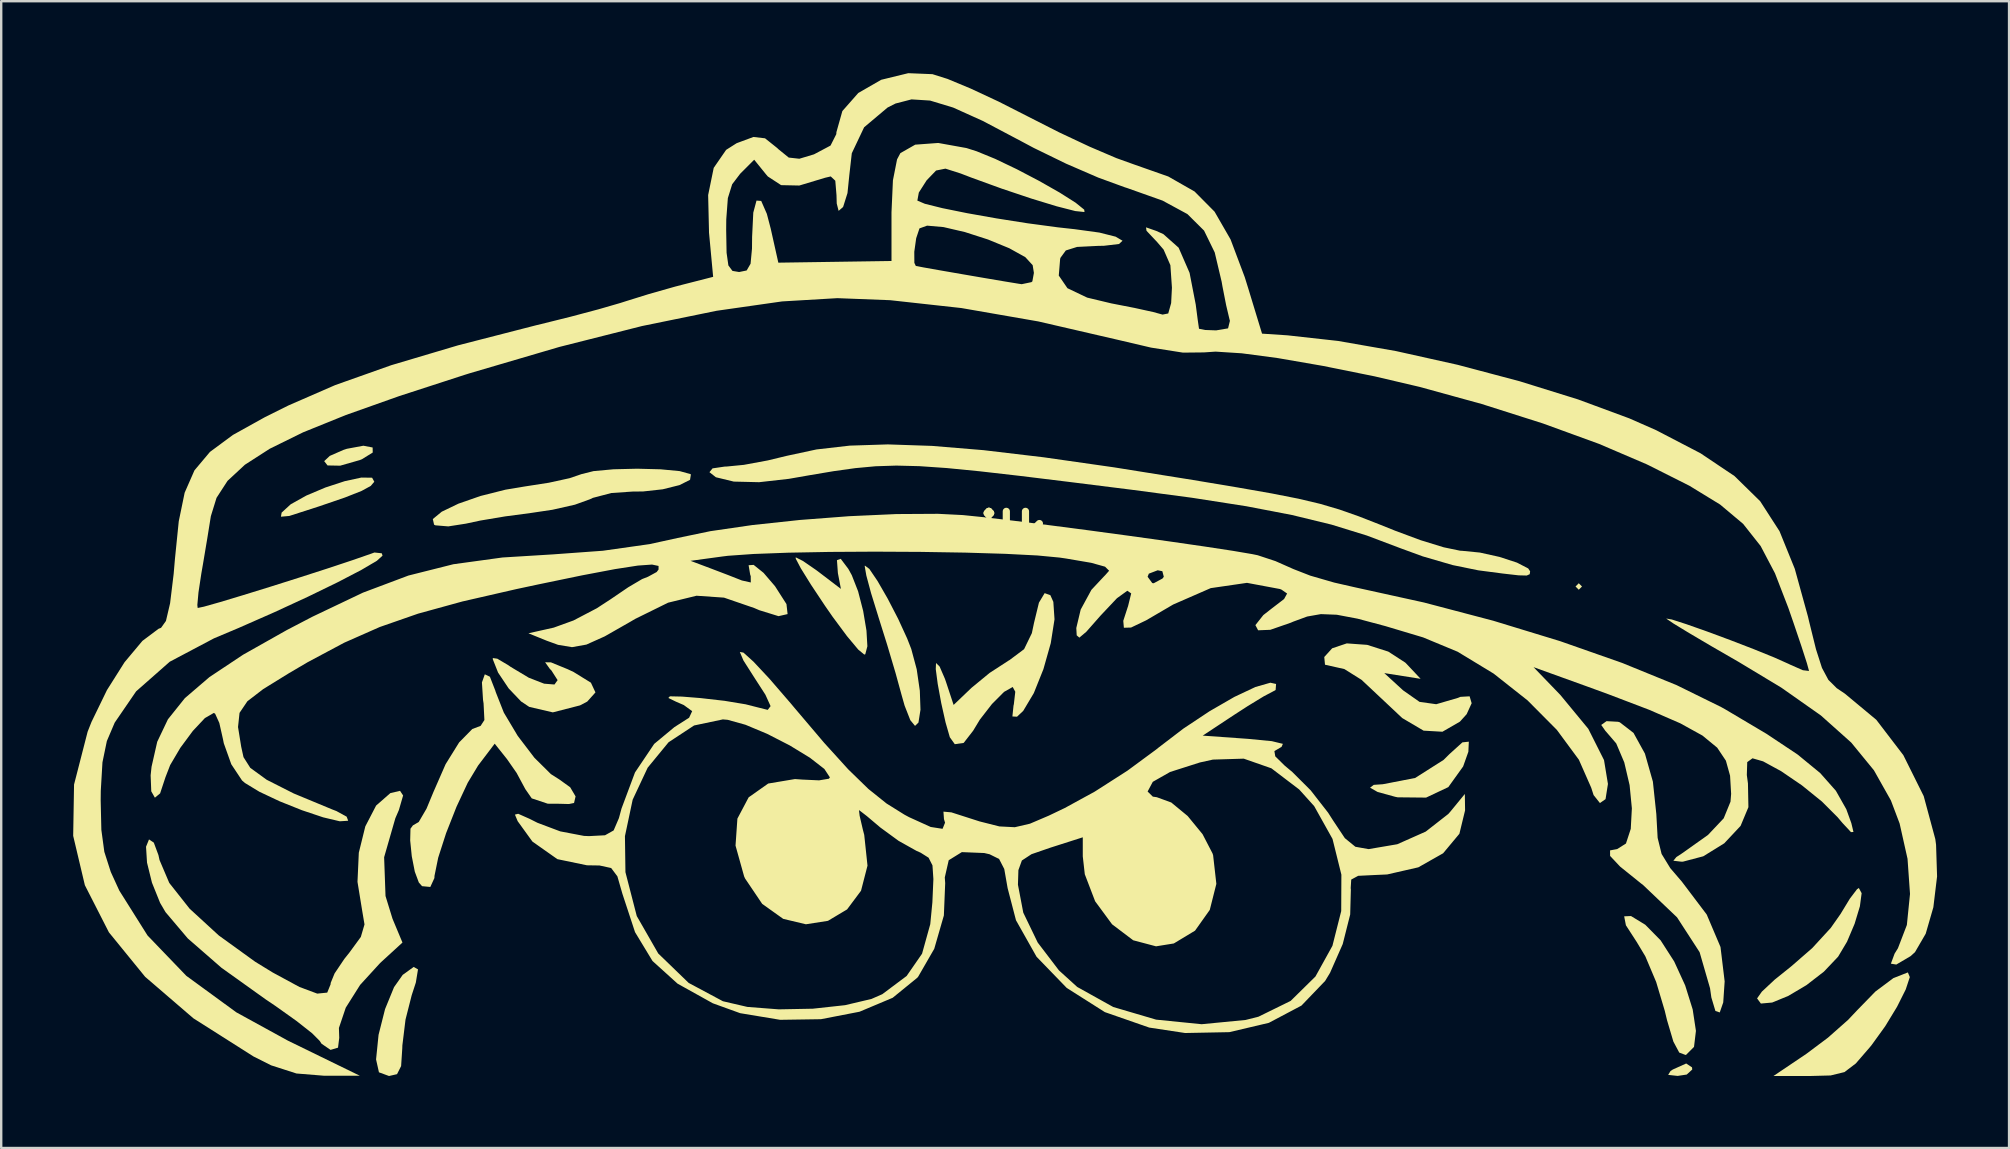
<source format=kicad_pcb>
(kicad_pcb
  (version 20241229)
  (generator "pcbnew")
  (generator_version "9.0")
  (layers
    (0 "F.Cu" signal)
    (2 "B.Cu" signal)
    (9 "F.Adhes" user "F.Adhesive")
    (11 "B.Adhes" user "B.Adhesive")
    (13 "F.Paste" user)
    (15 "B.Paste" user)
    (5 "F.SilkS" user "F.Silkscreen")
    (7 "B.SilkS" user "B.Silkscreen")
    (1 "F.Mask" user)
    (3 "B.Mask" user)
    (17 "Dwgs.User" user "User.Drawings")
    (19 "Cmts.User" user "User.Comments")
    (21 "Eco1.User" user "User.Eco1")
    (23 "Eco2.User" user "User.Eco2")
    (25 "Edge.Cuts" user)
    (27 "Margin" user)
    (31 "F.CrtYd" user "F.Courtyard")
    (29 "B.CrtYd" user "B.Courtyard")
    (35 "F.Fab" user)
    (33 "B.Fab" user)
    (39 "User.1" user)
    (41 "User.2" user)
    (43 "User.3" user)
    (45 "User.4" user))
  (footprint "silk"
    (layer "F.Cu")
    (at 38.563 19.096)
    (property "Reference" "silk" (at 0 0 0) (layer "F.SilkS") (effects (font (size 1.524 1.524) (thickness 0.3))))
    (attr board_only exclude_from_pos_files exclude_from_bom)
    (fp_poly (pts (xy 24.319 2.297) (xy 24.184 2.432) (xy 24.049 2.297) (xy 24.184 2.162)) (stroke (width 0) (type solid)) (fill yes) (layer "F.SilkS"))
    (fp_poly (pts (xy 28.904 22.337) (xy 28.913 22.428) (xy 28.684 22.637) (xy 28.305 22.694) (xy 27.91 22.651) (xy 28.007 22.492) (xy 28.102 22.428) (xy 28.661 22.176)) (stroke (width 0) (type solid)) (fill yes) (layer "F.SilkS"))
    (fp_poly (pts (xy -26.083 -3.496) (xy -26.079 -3.286) (xy -26.53 -3.007) (xy -26.617 -2.972) (xy -27.436 -2.738) (xy -27.962 -2.748) (xy -28.102 -2.927) (xy -27.871 -3.145) (xy -27.301 -3.395) (xy -27.157 -3.442) (xy -26.468 -3.57)) (stroke (width 0) (type solid)) (fill yes) (layer "F.SilkS"))
    (fp_poly (pts (xy -26.105 -2.237) (xy -26.014 -2.069) (xy -26.161 -1.895) (xy -26.543 -1.686) (xy -27.234 -1.413) (xy -28.308 -1.045) (xy -29.555 -0.643) (xy -29.905 -0.612) (xy -29.875 -0.784) (xy -29.495 -1.131) (xy -28.844 -1.494) (xy -28.051 -1.829) (xy -27.245 -2.093) (xy -26.553 -2.243)) (stroke (width 0) (type solid)) (fill yes) (layer "F.SilkS"))
    (fp_poly (pts (xy 19.583 9.184) (xy 19.365 9.797) (xy 18.747 10.658) (xy 17.821 11.095) (xy 16.638 11.083) (xy 16.537 11.063) (xy 15.799 10.86) (xy 15.486 10.682) (xy 15.638 10.564) (xy 16.015 10.538) (xy 17.365 10.277) (xy 18.551 9.523) (xy 18.793 9.283) (xy 19.334 8.793) (xy 19.602 8.764)) (stroke (width 0) (type solid)) (fill yes) (layer "F.SilkS"))
    (fp_poly (pts (xy -24.192 18.254) (xy -24.283 18.805) (xy -24.455 19.331) (xy -24.713 20.347) (xy -24.844 21.424) (xy -24.848 21.549) (xy -24.896 22.284) (xy -25.066 22.621) (xy -25.4 22.698) (xy -25.82 22.544) (xy -25.94 22.007) (xy -25.836 20.981) (xy -25.565 19.909) (xy -25.191 18.995) (xy -24.83 18.483) (xy -24.372 18.152)) (stroke (width 0) (type solid)) (fill yes) (layer "F.SilkS"))
    (fp_poly (pts (xy 26.956 16.394) (xy 27.595 17.043) (xy 28.161 17.924) (xy 28.619 18.923) (xy 28.932 19.925) (xy 29.067 20.817) (xy 28.987 21.485) (xy 28.659 21.814) (xy 28.633 21.82) (xy 28.372 21.722) (xy 28.127 21.264) (xy 27.862 20.369) (xy 27.767 19.977) (xy 27.41 18.78) (xy 26.959 17.712) (xy 26.6 17.114) (xy 26.149 16.417) (xy 26.076 16.043) (xy 26.361 16.031)) (stroke (width 0) (type solid)) (fill yes) (layer "F.SilkS"))
    (fp_poly (pts (xy 37.981 18.575) (xy 37.811 19.09) (xy 37.449 19.812) (xy 36.956 20.623) (xy 36.392 21.404) (xy 36.32 21.493) (xy 35.73 22.175) (xy 35.256 22.535) (xy 34.682 22.675) (xy 33.815 22.698) (xy 32.298 22.698) (xy 33.671 21.773) (xy 34.571 21.099) (xy 35.403 20.363) (xy 35.795 19.949) (xy 36.546 19.178) (xy 37.294 18.619) (xy 37.888 18.385) (xy 37.901 18.384)) (stroke (width 0) (type solid)) (fill yes) (layer "F.SilkS"))
    (fp_poly (pts (xy 35.973 15.079) (xy 35.9 15.627) (xy 35.681 16.352) (xy 35.364 17.101) (xy 34.996 17.719) (xy 34.99 17.727) (xy 34.401 18.348) (xy 33.671 18.912) (xy 32.914 19.361) (xy 32.244 19.636) (xy 31.774 19.678) (xy 31.615 19.464) (xy 31.816 19.18) (xy 32.341 18.689) (xy 33.046 18.122) (xy 33.915 17.366) (xy 34.686 16.526) (xy 35.09 15.951) (xy 35.483 15.305) (xy 35.779 14.915) (xy 35.856 14.862)) (stroke (width 0) (type solid)) (fill yes) (layer "F.SilkS"))
    (fp_poly (pts (xy -5.383 1.564) (xy -5.042 2.066) (xy -4.618 2.802) (xy -4.182 3.644) (xy -3.806 4.463) (xy -3.635 4.9) (xy -3.408 5.747) (xy -3.278 6.642) (xy -3.251 7.433) (xy -3.335 7.967) (xy -3.478 8.106) (xy -3.674 7.869) (xy -3.912 7.263) (xy -4.037 6.823) (xy -4.289 5.906) (xy -4.638 4.73) (xy -5.01 3.546) (xy -5.014 3.531) (xy -5.31 2.575) (xy -5.508 1.838) (xy -5.575 1.451) (xy -5.568 1.425)) (stroke (width 0) (type solid)) (fill yes) (layer "F.SilkS"))
    (fp_poly (pts (xy -8.155 1.23) (xy -7.613 1.602) (xy -7.43 1.739) (xy -6.567 2.397) (xy -6.693 1.739) (xy -6.732 1.2) (xy -6.575 1.143) (xy -6.258 1.563) (xy -6.113 1.827) (xy -5.851 2.496) (xy -5.639 3.318) (xy -5.502 4.134) (xy -5.464 4.788) (xy -5.551 5.12) (xy -5.593 5.134) (xy -5.846 4.925) (xy -6.314 4.365) (xy -6.915 3.555) (xy -7.226 3.107) (xy -7.814 2.222) (xy -8.242 1.532) (xy -8.449 1.137) (xy -8.451 1.081)) (stroke (width 0) (type solid)) (fill yes) (layer "F.SilkS"))
    (fp_poly (pts (xy -20.887 5.306) (xy -20.422 5.582) (xy -20.334 5.644) (xy -19.575 6.099) (xy -18.936 6.347) (xy -18.505 6.382) (xy -18.374 6.2) (xy -18.632 5.797) (xy -18.699 5.729) (xy -18.894 5.455) (xy -18.65 5.459) (xy -17.957 5.743) (xy -17.708 5.86) (xy -16.986 6.306) (xy -16.797 6.711) (xy -17.139 7.093) (xy -17.441 7.252) (xy -18.574 7.543) (xy -19.557 7.314) (xy -19.897 7.087) (xy -20.414 6.544) (xy -20.855 5.885) (xy -21.072 5.337) (xy -21.077 5.279)) (stroke (width 0) (type solid)) (fill yes) (layer "F.SilkS"))
    (fp_poly (pts (xy 15.364 4.729) (xy 16.245 5.01) (xy 16.953 5.468) (xy 17.008 5.523) (xy 17.593 6.145) (xy 16.078 5.906) (xy 16.863 6.625) (xy 17.547 7.105) (xy 18.243 7.203) (xy 19.148 6.939) (xy 19.253 6.896) (xy 19.635 6.874) (xy 19.72 7.162) (xy 19.511 7.619) (xy 19.231 7.929) (xy 18.502 8.35) (xy 17.717 8.305) (xy 16.827 7.78) (xy 16.025 7.026) (xy 15.131 6.187) (xy 14.415 5.738) (xy 14.13 5.674) (xy 13.608 5.557) (xy 13.577 5.236) (xy 13.907 4.872) (xy 14.516 4.668)) (stroke (width 0) (type solid)) (fill yes) (layer "F.SilkS"))
    (fp_poly (pts (xy -14.081 -2.587) (xy -13.286 -2.512) (xy -12.84 -2.388) (xy -12.819 -2.371) (xy -12.855 -2.149) (xy -13.293 -1.929) (xy -13.993 -1.754) (xy -14.819 -1.663) (xy -15.228 -1.661) (xy -16.125 -1.601) (xy -16.905 -1.397) (xy -17.031 -1.337) (xy -17.652 -1.113) (xy -18.589 -0.901) (xy -19.455 -0.772) (xy -20.558 -0.625) (xy -21.601 -0.45) (xy -22.198 -0.322) (xy -22.93 -0.208) (xy -23.465 -0.252) (xy -23.522 -0.279) (xy -23.575 -0.514) (xy -23.202 -0.821) (xy -22.505 -1.156) (xy -21.585 -1.476) (xy -20.546 -1.738) (xy -19.759 -1.869) (xy -18.738 -2.028) (xy -17.875 -2.217) (xy -17.38 -2.386) (xy -16.876 -2.512) (xy -16.045 -2.588) (xy -15.057 -2.612)) (stroke (width 0) (type solid)) (fill yes) (layer "F.SilkS"))
    (fp_poly (pts (xy 25.821 7.935) (xy 25.894 7.957) (xy 26.465 8.398) (xy 26.941 9.261) (xy 27.273 10.43) (xy 27.417 11.787) (xy 27.417 11.795) (xy 27.471 12.773) (xy 27.636 13.443) (xy 27.999 14.036) (xy 28.48 14.597) (xy 29.516 15.967) (xy 30.091 17.321) (xy 30.264 18.755) (xy 30.205 19.63) (xy 30.06 20.049) (xy 29.879 19.988) (xy 29.71 19.425) (xy 29.655 19.04) (xy 29.22 17.536) (xy 28.279 16.085) (xy 26.864 14.738) (xy 26.764 14.661) (xy 25.908 13.971) (xy 25.49 13.527) (xy 25.488 13.295) (xy 25.784 13.24) (xy 26.151 13.008) (xy 26.351 12.398) (xy 26.397 11.543) (xy 26.303 10.577) (xy 26.081 9.63) (xy 25.745 8.837) (xy 25.307 8.328) (xy 25.3 8.324) (xy 25.12 8.067) (xy 25.341 7.909)) (stroke (width 0) (type solid)) (fill yes) (layer "F.SilkS"))
    (fp_poly (pts (xy 2.162 2.659) (xy 2.286 2.937) (xy 2.335 3.665) (xy 2.179 4.658) (xy 1.873 5.741) (xy 1.473 6.739) (xy 1.032 7.479) (xy 0.773 7.724) (xy 0.58 7.713) (xy 0.627 7.258) (xy 0.641 7.201) (xy 0.7 6.683) (xy 0.593 6.485) (xy 0.232 6.689) (xy -0.271 7.194) (xy -0.776 7.845) (xy -1.057 8.309) (xy -1.451 8.816) (xy -1.821 8.869) (xy -2.028 8.579) (xy -2.206 7.96) (xy -2.385 7.16) (xy -2.532 6.36) (xy -2.614 5.741) (xy -2.603 5.485) (xy -2.454 5.632) (xy -2.232 6.144) (xy -2.178 6.301) (xy -1.87 7.233) (xy -1.126 6.521) (xy -0.37 5.899) (xy 0.432 5.378) (xy 0.456 5.366) (xy 1.067 4.909) (xy 1.391 4.241) (xy 1.481 3.813) (xy 1.686 2.97) (xy 1.924 2.574)) (stroke (width 0) (type solid)) (fill yes) (layer "F.SilkS"))
    (fp_poly (pts (xy -21.196 6.057) (xy -20.967 6.645) (xy -20.956 6.688) (xy -20.615 7.553) (xy -20.035 8.525) (xy -19.34 9.436) (xy -18.653 10.116) (xy -18.301 10.34) (xy -17.85 10.664) (xy -17.625 11.045) (xy -17.689 11.319) (xy -17.902 11.363) (xy -18.305 11.352) (xy -18.786 11.349) (xy -19.452 11.127) (xy -19.72 10.741) (xy -20.083 10.066) (xy -20.484 9.49) (xy -20.996 8.848) (xy -21.689 9.761) (xy -22.12 10.476) (xy -22.587 11.475) (xy -23.021 12.576) (xy -23.35 13.597) (xy -23.505 14.357) (xy -23.509 14.448) (xy -23.679 14.819) (xy -24.023 14.786) (xy -24.158 14.633) (xy -24.326 14.181) (xy -24.452 13.538) (xy -24.518 12.882) (xy -24.506 12.391) (xy -24.399 12.245) (xy -24.395 12.248) (xy -24.161 12.11) (xy -23.838 11.557) (xy -23.549 10.861) (xy -23.042 9.703) (xy -22.478 8.795) (xy -21.929 8.236) (xy -21.583 8.106) (xy -21.425 7.862) (xy -21.46 7.166) (xy -21.482 7.026) (xy -21.528 6.295) (xy -21.408 5.957)) (stroke (width 0) (type solid)) (fill yes) (layer "F.SilkS"))
    (fp_poly (pts (xy -24.813 11.007) (xy -24.989 11.614) (xy -25.137 11.957) (xy -25.604 13.58) (xy -25.546 15.197) (xy -25.255 16.143) (xy -24.84 17.136) (xy -25.769 17.987) (xy -26.605 18.902) (xy -27.203 19.85) (xy -27.488 20.695) (xy -27.475 21.108) (xy -27.526 21.517) (xy -27.837 21.609) (xy -28.211 21.354) (xy -28.291 21.233) (xy -28.604 20.918) (xy -29.256 20.404) (xy -30.129 19.782) (xy -30.534 19.509) (xy -32.382 18.188) (xy -33.786 16.965) (xy -34.715 15.868) (xy -34.94 15.484) (xy -35.28 14.64) (xy -35.486 13.804) (xy -35.527 13.143) (xy -35.403 12.838) (xy -35.203 12.971) (xy -35.01 13.491) (xy -34.965 13.696) (xy -34.558 14.652) (xy -33.712 15.723) (xy -32.495 16.84) (xy -30.978 17.936) (xy -30.246 18.385) (xy -29.132 18.988) (xy -28.391 19.264) (xy -27.975 19.222) (xy -27.833 18.87) (xy -27.832 18.821) (xy -27.67 18.425) (xy -27.263 17.819) (xy -27.057 17.561) (xy -26.575 16.902) (xy -26.422 16.381) (xy -26.517 15.817) (xy -26.714 14.606) (xy -26.659 13.392) (xy -26.388 12.294) (xy -25.938 11.427) (xy -25.345 10.908) (xy -24.94 10.813)) (stroke (width 0) (type solid)) (fill yes) (layer "F.SilkS"))
    (fp_poly (pts (xy -2.773 -3.563) (xy -0.624 -3.385) (xy 1.89 -3.087) (xy 4.821 -2.668) (xy 8.106 -2.142) (xy 9.96 -1.832) (xy 11.389 -1.581) (xy 12.501 -1.362) (xy 13.404 -1.148) (xy 14.206 -0.912) (xy 15.016 -0.627) (xy 15.942 -0.265) (xy 16.528 -0.029) (xy 17.593 0.367) (xy 18.554 0.663) (xy 19.236 0.805) (xy 19.334 0.811) (xy 20.065 0.883) (xy 20.881 1.064) (xy 21.609 1.302) (xy 22.076 1.544) (xy 22.157 1.664) (xy 22.14 1.784) (xy 22.016 1.84) (xy 21.676 1.832) (xy 21.011 1.756) (xy 19.996 1.623) (xy 18.93 1.405) (xy 17.683 1.042) (xy 16.753 0.702) (xy 15.352 0.173) (xy 13.878 -0.282) (xy 12.234 -0.682) (xy 10.329 -1.048) (xy 8.066 -1.401) (xy 5.535 -1.737) (xy 2.99 -2.056) (xy 0.908 -2.311) (xy -0.785 -2.505) (xy -2.161 -2.64) (xy -3.294 -2.718) (xy -4.257 -2.742) (xy -5.123 -2.714) (xy -5.966 -2.636) (xy -6.86 -2.511) (xy -7.877 -2.34) (xy -8.735 -2.19) (xy -9.975 -2.05) (xy -11.031 -2.075) (xy -11.777 -2.256) (xy -12.046 -2.467) (xy -11.917 -2.626) (xy -11.407 -2.701) (xy -11.336 -2.702) (xy -10.61 -2.773) (xy -9.615 -2.957) (xy -8.821 -3.149) (xy -7.583 -3.415) (xy -6.199 -3.574) (xy -4.613 -3.625)) (stroke (width 0) (type solid)) (fill yes) (layer "F.SilkS"))
    (fp_poly (pts (xy -1.486 -0.68) (xy -0.596 -0.589) (xy 0.653 -0.442) (xy 2.154 -0.253) (xy 3.802 -0.038) (xy 5.493 0.191) (xy 7.12 0.418) (xy 8.58 0.629) (xy 9.766 0.81) (xy 10.573 0.947) (xy 10.802 0.994) (xy 11.543 1.239) (xy 12.295 1.572) (xy 12.995 1.845) (xy 13.99 2.133) (xy 14.862 2.332) (xy 17.733 2.964) (xy 20.617 3.723) (xy 23.404 4.574) (xy 25.988 5.481) (xy 28.262 6.408) (xy 30.118 7.321) (xy 30.298 7.422) (xy 32.015 8.441) (xy 33.309 9.303) (xy 34.246 10.072) (xy 34.899 10.81) (xy 35.334 11.579) (xy 35.544 12.16) (xy 35.632 12.527) (xy 35.529 12.534) (xy 35.175 12.154) (xy 34.97 11.911) (xy 34.319 11.26) (xy 33.486 10.586) (xy 32.618 9.994) (xy 31.866 9.584) (xy 31.424 9.457) (xy 31.205 9.616) (xy 31.188 10.154) (xy 31.235 10.504) (xy 31.254 11.494) (xy 30.928 12.274) (xy 30.249 12.999) (xy 29.373 13.541) (xy 28.524 13.765) (xy 28.453 13.765) (xy 28.126 13.726) (xy 28.252 13.573) (xy 28.476 13.427) (xy 29.57 12.651) (xy 30.224 11.959) (xy 30.508 11.264) (xy 30.534 10.937) (xy 30.49 10.183) (xy 30.316 9.557) (xy 29.953 9.014) (xy 29.34 8.51) (xy 28.417 8) (xy 27.124 7.438) (xy 25.401 6.781) (xy 24.527 6.462) (xy 22.299 5.658) (xy 23.415 6.815) (xy 24.581 8.228) (xy 25.236 9.53) (xy 25.4 10.525) (xy 25.3 11.159) (xy 25.066 11.322) (xy 24.802 10.99) (xy 24.703 10.683) (xy 24.189 9.517) (xy 23.27 8.272) (xy 22.05 7.044) (xy 20.636 5.927) (xy 19.134 5.015) (xy 17.699 4.419) (xy 16.126 3.948) (xy 14.961 3.637) (xy 14.099 3.474) (xy 13.436 3.448) (xy 12.866 3.548) (xy 12.286 3.761) (xy 12.179 3.807) (xy 11.329 4.102) (xy 10.821 4.122) (xy 10.707 3.906) (xy 11.038 3.488) (xy 11.371 3.227) (xy 11.903 2.819) (xy 12.029 2.59) (xy 11.797 2.429) (xy 11.73 2.402) (xy 10.357 2.145) (xy 8.845 2.365) (xy 7.281 3.048) (xy 7.18 3.107) (xy 6.156 3.706) (xy 5.524 4.008) (xy 5.226 4.016) (xy 5.201 3.728) (xy 5.389 3.147) (xy 5.398 3.125) (xy 5.531 2.585) (xy 5.37 2.474) (xy 4.937 2.786) (xy 4.253 3.511) (xy 4.209 3.561) (xy 3.66 4.184) (xy 3.371 4.428) (xy 3.26 4.333) (xy 3.243 4.027) (xy 3.426 3.259) (xy 3.873 2.436) (xy 4.383 1.891) (xy 6.215 1.891) (xy 6.409 2.154) (xy 6.469 2.162) (xy 6.835 1.965) (xy 6.89 1.891) (xy 6.829 1.66) (xy 6.636 1.621) (xy 6.266 1.762) (xy 6.215 1.891) (xy 4.383 1.891) (xy 4.428 1.844) (xy 4.435 1.839) (xy 4.611 1.64) (xy 4.441 1.471) (xy 3.865 1.31) (xy 2.822 1.132) (xy 2.551 1.092) (xy 1.624 1.004) (xy 0.274 0.935) (xy -1.383 0.885) (xy -3.232 0.855) (xy -5.155 0.845) (xy -7.037 0.856) (xy -8.762 0.888) (xy -10.212 0.942) (xy -11.272 1.017) (xy -11.484 1.043) (xy -12.835 1.227) (xy -12.024 1.532) (xy -11.271 1.819) (xy -10.694 2.046) (xy -10.323 2.129) (xy -10.325 1.865) (xy -10.348 1.803) (xy -10.414 1.41) (xy -10.204 1.396) (xy -9.791 1.728) (xy -9.313 2.285) (xy -8.836 3.03) (xy -8.789 3.447) (xy -9.167 3.533) (xy -9.968 3.285) (xy -10.18 3.194) (xy -11.439 2.761) (xy -12.585 2.682) (xy -13.77 2.972) (xy -15.143 3.649) (xy -15.342 3.766) (xy -16.411 4.376) (xy -17.174 4.718) (xy -17.774 4.825) (xy -18.353 4.729) (xy -18.83 4.556) (xy -19.59 4.247) (xy -18.536 4.011) (xy -17.713 3.713) (xy -16.744 3.206) (xy -16.171 2.833) (xy -15.43 2.329) (xy -14.851 1.987) (xy -14.607 1.891) (xy -14.246 1.694) (xy -14.167 1.59) (xy -14.167 1.44) (xy -14.439 1.383) (xy -15.03 1.425) (xy -15.985 1.573) (xy -17.352 1.832) (xy -19.178 2.21) (xy -20.092 2.405) (xy -22.338 2.92) (xy -24.189 3.429) (xy -25.785 3.985) (xy -27.268 4.64) (xy -28.78 5.446) (xy -29.588 5.921) (xy -30.645 6.574) (xy -31.303 7.08) (xy -31.63 7.564) (xy -31.693 8.153) (xy -31.561 8.972) (xy -31.465 9.409) (xy -31.182 9.855) (xy -30.498 10.352) (xy -29.373 10.922) (xy -27.766 11.589) (xy -27.592 11.656) (xy -27.166 11.89) (xy -27.102 12.06) (xy -27.453 12.082) (xy -28.144 11.918) (xy -29.029 11.621) (xy -29.963 11.247) (xy -30.803 10.851) (xy -31.404 10.486) (xy -31.525 10.382) (xy -31.974 9.705) (xy -32.287 8.828) (xy -32.319 8.665) (xy -32.473 7.983) (xy -32.648 7.598) (xy -32.702 7.566) (xy -33.072 7.779) (xy -33.576 8.316) (xy -34.098 9.021) (xy -34.521 9.739) (xy -34.718 10.248) (xy -34.94 10.919) (xy -35.158 11.099) (xy -35.309 10.833) (xy -35.335 10.167) (xy -35.297 9.809) (xy -35.06 8.768) (xy -34.615 7.833) (xy -33.909 6.951) (xy -32.884 6.072) (xy -31.487 5.143) (xy -29.662 4.114) (xy -28.59 3.555) (xy -26.486 2.553) (xy -24.592 1.841) (xy -22.717 1.369) (xy -20.671 1.088) (xy -18.574 0.959) (xy -16.488 0.807) (xy -14.541 0.531) (xy -13.376 0.276) (xy -12.008 -0.009) (xy -10.257 -0.264) (xy -8.276 -0.476) (xy -6.223 -0.633) (xy -4.252 -0.722) (xy -2.519 -0.732)) (stroke (width 0) (type solid)) (fill yes) (layer "F.SilkS"))
    (fp_poly (pts (xy -10.631 5.051) (xy -10.208 5.432) (xy -9.537 6.15) (xy -8.642 7.187) (xy -8.507 7.349) (xy -7.263 8.814) (xy -6.261 9.918) (xy -5.421 10.735) (xy -4.666 11.34) (xy -3.918 11.807) (xy -3.726 11.91) (xy -2.825 12.319) (xy -2.331 12.396) (xy -2.227 12.141) (xy -2.272 11.992) (xy -2.294 11.68) (xy -1.963 11.71) (xy -0.789 12.087) (xy 0.037 12.296) (xy 0.681 12.329) (xy 1.312 12.182) (xy 2.097 11.847) (xy 2.764 11.528) (xy 4.011 10.846) (xy 5.374 9.973) (xy 6.575 9.088) (xy 6.664 9.016) (xy 7.708 8.218) (xy 8.797 7.495) (xy 9.83 6.899) (xy 10.708 6.485) (xy 11.331 6.307) (xy 11.569 6.359) (xy 11.55 6.611) (xy 11.441 6.671) (xy 11.056 6.874) (xy 10.391 7.279) (xy 9.82 7.648) (xy 8.512 8.512) (xy 10.403 8.647) (xy 11.393 8.743) (xy 11.853 8.855) (xy 11.795 8.985) (xy 11.773 8.995) (xy 11.499 9.156) (xy 11.535 9.375) (xy 11.928 9.762) (xy 12.246 10.028) (xy 13.01 10.791) (xy 13.737 11.723) (xy 13.942 12.044) (xy 14.435 12.785) (xy 14.874 13.144) (xy 15.411 13.24) (xy 15.436 13.24) (xy 16.619 13.039) (xy 17.807 12.511) (xy 18.748 11.776) (xy 18.838 11.673) (xy 19.436 10.944) (xy 19.446 11.627) (xy 19.209 12.602) (xy 18.531 13.415) (xy 17.497 14.001) (xy 16.198 14.298) (xy 15.683 14.321) (xy 14.99 14.355) (xy 14.701 14.511) (xy 14.679 14.87) (xy 14.686 14.921) (xy 14.658 15.965) (xy 14.347 17.198) (xy 13.819 18.396) (xy 13.613 18.736) (xy 12.627 19.763) (xy 11.268 20.482) (xy 9.622 20.87) (xy 7.778 20.906) (xy 6.281 20.679) (xy 4.433 20.035) (xy 2.844 19.027) (xy 1.586 17.727) (xy 0.729 16.206) (xy 0.381 14.869) (xy 0.356 14.725) (xy 0.811 14.725) (xy 1.033 15.889) (xy 1.635 17.136) (xy 2.519 18.295) (xy 3.282 18.987) (xy 4.783 19.822) (xy 6.571 20.349) (xy 8.468 20.539) (xy 10.299 20.362) (xy 10.836 20.226) (xy 12.176 19.568) (xy 13.21 18.551) (xy 13.918 17.271) (xy 14.284 15.824) (xy 14.291 14.307) (xy 13.921 12.817) (xy 13.157 11.45) (xy 12.531 10.755) (xy 11.373 9.874) (xy 10.222 9.472) (xy 8.936 9.511) (xy 8.396 9.63) (xy 7.152 10.027) (xy 6.431 10.437) (xy 6.215 10.842) (xy 6.433 11.055) (xy 6.599 11.079) (xy 7.201 11.299) (xy 7.884 11.862) (xy 8.505 12.619) (xy 8.92 13.42) (xy 8.945 13.496) (xy 9.08 14.69) (xy 8.806 15.775) (xy 8.192 16.64) (xy 7.307 17.174) (xy 6.566 17.293) (xy 5.614 17.041) (xy 4.734 16.375) (xy 4.028 15.416) (xy 3.597 14.29) (xy 3.513 13.544) (xy 3.513 12.75) (xy 2.162 13.182) (xy 1.375 13.454) (xy 0.975 13.716) (xy 0.83 14.117) (xy 0.811 14.725) (xy 0.356 14.725) (xy 0.241 14.071) (xy 0.026 13.653) (xy -0.371 13.456) (xy -0.594 13.405) (xy -1.527 13.367) (xy -2.074 13.705) (xy -2.238 14.423) (xy -2.221 14.659) (xy -2.276 16.007) (xy -2.677 17.396) (xy -3.346 18.557) (xy -3.384 18.603) (xy -4.41 19.438) (xy -5.791 20.019) (xy -7.398 20.33) (xy -9.1 20.356) (xy -10.767 20.079) (xy -11.906 19.667) (xy -13.375 18.849) (xy -14.418 17.906) (xy -15.147 16.703) (xy -15.673 15.105) (xy -15.883 14.376) (xy -16.142 14.03) (xy -16.629 13.924) (xy -17.152 13.916) (xy -18.384 13.66) (xy -19.423 12.928) (xy -19.587 12.702) (xy -15.568 12.702) (xy -15.547 14.203) (xy -15.075 16.031) (xy -14.18 17.592) (xy -12.912 18.818) (xy -11.484 19.582) (xy -10.464 19.819) (xy -9.156 19.92) (xy -7.74 19.893) (xy -6.394 19.746) (xy -5.296 19.487) (xy -4.842 19.288) (xy -3.828 18.529) (xy -3.185 17.6) (xy -2.843 16.37) (xy -2.755 15.461) (xy -2.713 14.492) (xy -2.751 13.92) (xy -2.913 13.6) (xy -3.243 13.392) (xy -3.422 13.312) (xy -4.163 12.897) (xy -4.925 12.34) (xy -4.973 12.299) (xy -5.488 11.864) (xy -5.789 11.632) (xy -5.814 11.619) (xy -5.787 11.85) (xy -5.653 12.427) (xy -5.595 12.649) (xy -5.459 13.931) (xy -5.729 14.977) (xy -6.31 15.755) (xy -7.107 16.231) (xy -8.026 16.374) (xy -8.971 16.149) (xy -9.847 15.525) (xy -10.56 14.468) (xy -10.6 14.381) (xy -10.959 13.096) (xy -10.881 11.971) (xy -10.412 11.084) (xy -9.597 10.509) (xy -8.481 10.322) (xy -8.174 10.344) (xy -7.476 10.376) (xy -7.068 10.308) (xy -7.026 10.253) (xy -7.256 9.902) (xy -7.858 9.434) (xy -8.697 8.922) (xy -9.638 8.439) (xy -10.546 8.059) (xy -11.287 7.853) (xy -11.487 7.836) (xy -12.686 8.089) (xy -13.75 8.789) (xy -14.621 9.849) (xy -15.246 11.182) (xy -15.568 12.702) (xy -19.587 12.702) (xy -20.038 12.078) (xy -20.153 11.804) (xy -20.017 11.769) (xy -19.537 11.982) (xy -19.213 12.145) (xy -18.265 12.502) (xy -17.276 12.691) (xy -17.066 12.7) (xy -16.398 12.665) (xy -16.039 12.463) (xy -15.818 11.948) (xy -15.711 11.552) (xy -15.149 10.047) (xy -14.348 8.856) (xy -13.507 8.158) (xy -12.893 7.765) (xy -12.766 7.492) (xy -13.117 7.237) (xy -13.443 7.096) (xy -13.759 6.942) (xy -13.694 6.874) (xy -13.192 6.885) (xy -12.43 6.946) (xy -11.412 7.062) (xy -10.537 7.207) (xy -10.065 7.327) (xy -9.617 7.439) (xy -9.498 7.283) (xy -9.714 6.807) (xy -10.157 6.121) (xy -10.631 5.377) (xy -10.78 5.026)) (stroke (width 0) (type solid)) (fill yes) (layer "F.SilkS"))
    (fp_poly (pts (xy -2.752 -19.055) (xy -2.124 -18.857) (xy -1.158 -18.455) (xy 0.014 -17.908) (xy 1.216 -17.297) (xy 2.518 -16.635) (xy 3.803 -16.031) (xy 4.913 -15.557) (xy 5.63 -15.299) (xy 7.077 -14.79) (xy 8.172 -14.165) (xy 9.006 -13.324) (xy 9.672 -12.168) (xy 10.263 -10.597) (xy 10.404 -10.144) (xy 10.984 -8.241) (xy 12.044 -8.171) (xy 14.15 -7.937) (xy 16.565 -7.515) (xy 19.137 -6.942) (xy 21.716 -6.258) (xy 24.15 -5.501) (xy 26.29 -4.71) (xy 27.408 -4.218) (xy 29.259 -3.255) (xy 30.675 -2.305) (xy 31.743 -1.259) (xy 32.551 -0.007) (xy 33.186 1.558) (xy 33.735 3.546) (xy 33.779 3.734) (xy 34.071 4.914) (xy 34.32 5.69) (xy 34.587 6.188) (xy 34.935 6.534) (xy 35.272 6.761) (xy 36.584 7.852) (xy 37.711 9.326) (xy 38.56 11.033) (xy 39.043 12.823) (xy 39.075 13.059) (xy 39.117 14.38) (xy 38.962 15.666) (xy 38.643 16.768) (xy 38.196 17.537) (xy 38.012 17.703) (xy 37.417 18.053) (xy 37.192 18.016) (xy 37.346 17.599) (xy 37.486 17.373) (xy 37.858 16.403) (xy 37.989 15.109) (xy 37.886 13.647) (xy 37.556 12.174) (xy 37.193 11.214) (xy 36.486 9.958) (xy 35.538 8.8) (xy 34.276 7.673) (xy 32.629 6.514) (xy 30.844 5.438) (xy 29.716 4.787) (xy 28.78 4.235) (xy 28.125 3.836) (xy 27.838 3.641) (xy 27.832 3.633) (xy 28.062 3.672) (xy 28.667 3.867) (xy 29.523 4.169) (xy 30.502 4.532) (xy 31.481 4.91) (xy 32.332 5.255) (xy 32.93 5.522) (xy 32.993 5.553) (xy 33.522 5.786) (xy 33.773 5.816) (xy 33.777 5.803) (xy 33.693 5.497) (xy 33.468 4.8) (xy 33.141 3.832) (xy 32.919 3.191) (xy 32.361 1.746) (xy 31.763 0.609) (xy 31.032 -0.315) (xy 30.074 -1.119) (xy 28.796 -1.901) (xy 27.103 -2.753) (xy 27.003 -2.801) (xy 25.032 -3.645) (xy 22.69 -4.498) (xy 20.143 -5.308) (xy 17.557 -6.02) (xy 15.672 -6.462) (xy 13.513 -6.898) (xy 11.648 -7.221) (xy 10.139 -7.422) (xy 9.046 -7.492) (xy 8.565 -7.459) (xy 7.689 -7.45) (xy 6.359 -7.659) (xy 4.982 -7.982) (xy 1.66 -8.75) (xy -1.547 -9.308) (xy -4.515 -9.635) (xy -6.715 -9.72) (xy -9.018 -9.584) (xy -11.747 -9.194) (xy -14.856 -8.558) (xy -18.301 -7.687) (xy -22.036 -6.59) (xy -22.26 -6.52) (xy -24.971 -5.64) (xy -27.197 -4.85) (xy -28.983 -4.127) (xy -30.371 -3.444) (xy -31.406 -2.778) (xy -32.131 -2.105) (xy -32.589 -1.398) (xy -32.825 -0.635) (xy -32.836 -0.568) (xy -32.977 0.309) (xy -33.154 1.364) (xy -33.222 1.756) (xy -33.341 2.541) (xy -33.389 3.069) (xy -33.375 3.192) (xy -33.113 3.137) (xy -32.448 2.949) (xy -31.489 2.66) (xy -30.347 2.307) (xy -29.131 1.922) (xy -27.952 1.542) (xy -26.92 1.199) (xy -26.145 0.93) (xy -26.008 0.88) (xy -25.703 0.913) (xy -25.67 1.011) (xy -25.906 1.225) (xy -26.556 1.608) (xy -27.54 2.12) (xy -28.775 2.721) (xy -30.178 3.369) (xy -31.666 4.024) (xy -32.696 4.458) (xy -34.538 5.432) (xy -35.939 6.666) (xy -36.833 7.971) (xy -37.16 8.739) (xy -37.343 9.625) (xy -37.413 10.813) (xy -37.417 11.214) (xy -37.389 12.439) (xy -37.265 13.355) (xy -36.996 14.194) (xy -36.641 14.97) (xy -35.464 16.842) (xy -33.848 18.523) (xy -31.764 20.044) (xy -29.613 21.225) (xy -26.616 22.687) (xy -28.102 22.687) (xy -29.258 22.593) (xy -30.311 22.254) (xy -31.049 21.883) (xy -33.554 20.293) (xy -35.564 18.564) (xy -37.074 16.71) (xy -38.076 14.746) (xy -38.563 12.689) (xy -38.527 10.551) (xy -37.961 8.349) (xy -37.799 7.939) (xy -37.156 6.615) (xy -36.422 5.453) (xy -35.678 4.564) (xy -35.006 4.06) (xy -34.901 4.019) (xy -34.697 3.733) (xy -34.524 2.995) (xy -34.375 1.767) (xy -34.321 1.137) (xy -34.163 -0.42) (xy -33.917 -1.613) (xy -33.509 -2.543) (xy -32.863 -3.312) (xy -31.907 -4.019) (xy -30.564 -4.765) (xy -29.588 -5.25) (xy -27.643 -6.097) (xy -25.306 -6.926) (xy -22.529 -7.752) (xy -19.263 -8.592) (xy -19.05 -8.643) (xy -17.821 -8.949) (xy -16.657 -9.259) (xy -15.756 -9.52) (xy -15.537 -9.59) (xy -14.57 -9.891) (xy -13.478 -10.201) (xy -13.174 -10.28) (xy -11.892 -10.608) (xy -12.064 -12.453) (xy -12.066 -12.565) (xy -11.349 -12.565) (xy -11.332 -11.614) (xy -11.257 -11.084) (xy -11.087 -10.856) (xy -10.809 -10.809) (xy -10.495 -10.874) (xy -10.332 -11.155) (xy -10.273 -11.781) (xy -10.268 -12.279) (xy -10.219 -13.285) (xy -10.085 -13.786) (xy -9.889 -13.772) (xy -9.653 -13.232) (xy -9.492 -12.616) (xy -9.175 -11.199) (xy -6.817 -11.234) (xy -4.459 -11.269) (xy -4.459 -11.653) (xy -3.509 -11.653) (xy -3.506 -11.19) (xy -3.445 -11.062) (xy -3.123 -11.001) (xy -2.429 -10.878) (xy -1.525 -10.721) (xy -0.572 -10.557) (xy 0.268 -10.415) (xy 0.834 -10.322) (xy 0.968 -10.302) (xy 1.372 -10.387) (xy 1.412 -10.419) (xy 1.476 -10.772) (xy 1.425 -11.094) (xy 1.119 -11.428) (xy 0.45 -11.8) (xy -0.436 -12.164) (xy -1.398 -12.474) (xy -2.292 -12.682) (xy -2.975 -12.742) (xy -3.293 -12.627) (xy -3.43 -12.217) (xy -3.509 -11.653) (xy -4.459 -11.653) (xy -4.459 -13.293) (xy -4.399 -14.631) (xy -4.227 -15.503) (xy -4.088 -15.765) (xy -3.47 -16.117) (xy -2.511 -16.188) (xy -1.334 -15.976) (xy -0.912 -15.842) (xy -0.14 -15.526) (xy 0.767 -15.092) (xy 1.7 -14.603) (xy 2.551 -14.119) (xy 3.212 -13.7) (xy 3.573 -13.408) (xy 3.585 -13.309) (xy 3.2 -13.35) (xy 2.423 -13.549) (xy 1.366 -13.872) (xy 0.14 -14.283) (xy -1.14 -14.748) (xy -1.577 -14.916) (xy -2.21 -15.118) (xy -2.601 -15.039) (xy -2.994 -14.631) (xy -3.32 -14.121) (xy -3.381 -13.786) (xy -3.38 -13.785) (xy -3.069 -13.653) (xy -2.338 -13.471) (xy -1.303 -13.261) (xy -0.079 -13.044) (xy 1.217 -12.84) (xy 2.47 -12.672) (xy 3.177 -12.594) (xy 4.206 -12.453) (xy 4.884 -12.282) (xy 5.17 -12.113) (xy 5.022 -11.977) (xy 4.396 -11.903) (xy 4.139 -11.898) (xy 3.276 -11.855) (xy 2.807 -11.708) (xy 2.586 -11.406) (xy 2.57 -11.359) (xy 2.513 -10.662) (xy 2.874 -10.135) (xy 3.696 -9.743) (xy 4.703 -9.502) (xy 5.666 -9.314) (xy 6.443 -9.143) (xy 6.839 -9.035) (xy 7.075 -9.082) (xy 7.196 -9.514) (xy 7.229 -10.157) (xy 7.164 -11.094) (xy 6.882 -11.743) (xy 6.609 -12.061) (xy 6.169 -12.528) (xy 6.149 -12.671) (xy 6.573 -12.523) (xy 6.87 -12.39) (xy 7.508 -11.823) (xy 7.964 -10.775) (xy 8.22 -9.457) (xy 8.304 -8.813) (xy 8.355 -8.46) (xy 8.358 -8.444) (xy 8.606 -8.394) (xy 9.07 -8.377) (xy 9.568 -8.461) (xy 9.645 -8.773) (xy 9.625 -8.849) (xy 9.49 -9.418) (xy 9.332 -10.223) (xy 9.301 -10.403) (xy 9.012 -11.625) (xy 8.568 -12.535) (xy 7.874 -13.224) (xy 6.837 -13.786) (xy 5.361 -14.31) (xy 5.266 -14.34) (xy 4.162 -14.743) (xy 2.822 -15.323) (xy 1.469 -15.982) (xy 0.946 -16.261) (xy -0.651 -17.105) (xy -1.888 -17.663) (xy -2.851 -17.955) (xy -3.624 -18.004) (xy -4.293 -17.831) (xy -4.624 -17.663) (xy -5.6 -16.841) (xy -6.113 -15.76) (xy -6.215 -14.862) (xy -6.293 -14.099) (xy -6.471 -13.534) (xy -6.485 -13.511) (xy -6.663 -13.358) (xy -6.741 -13.665) (xy -6.751 -14.012) (xy -6.801 -14.614) (xy -6.991 -14.793) (xy -7.228 -14.737) (xy -8.301 -14.414) (xy -9.059 -14.43) (xy -9.612 -14.791) (xy -9.682 -14.872) (xy -10.181 -15.489) (xy -10.765 -14.905) (xy -11.099 -14.466) (xy -11.279 -13.888) (xy -11.345 -13.004) (xy -11.349 -12.565) (xy -12.066 -12.565) (xy -12.1 -14.017) (xy -11.868 -15.15) (xy -11.351 -15.9) (xy -10.913 -16.178) (xy -10.212 -16.438) (xy -9.729 -16.382) (xy -9.222 -15.977) (xy -9.174 -15.93) (xy -8.741 -15.579) (xy -8.3 -15.53) (xy -7.688 -15.714) (xy -7 -16.079) (xy -6.759 -16.556) (xy -6.755 -16.636) (xy -6.507 -17.517) (xy -5.843 -18.271) (xy -4.887 -18.821) (xy -3.76 -19.096)) (stroke (width 0) (type solid)) (fill yes) (layer "F.SilkS")))
  (gr_rect
    (start -3 -3)
    (end 80.68 44.793)
    (stroke (width 0.1) (type default))
    (fill no)
    (layer "Edge.Cuts")))
</source>
